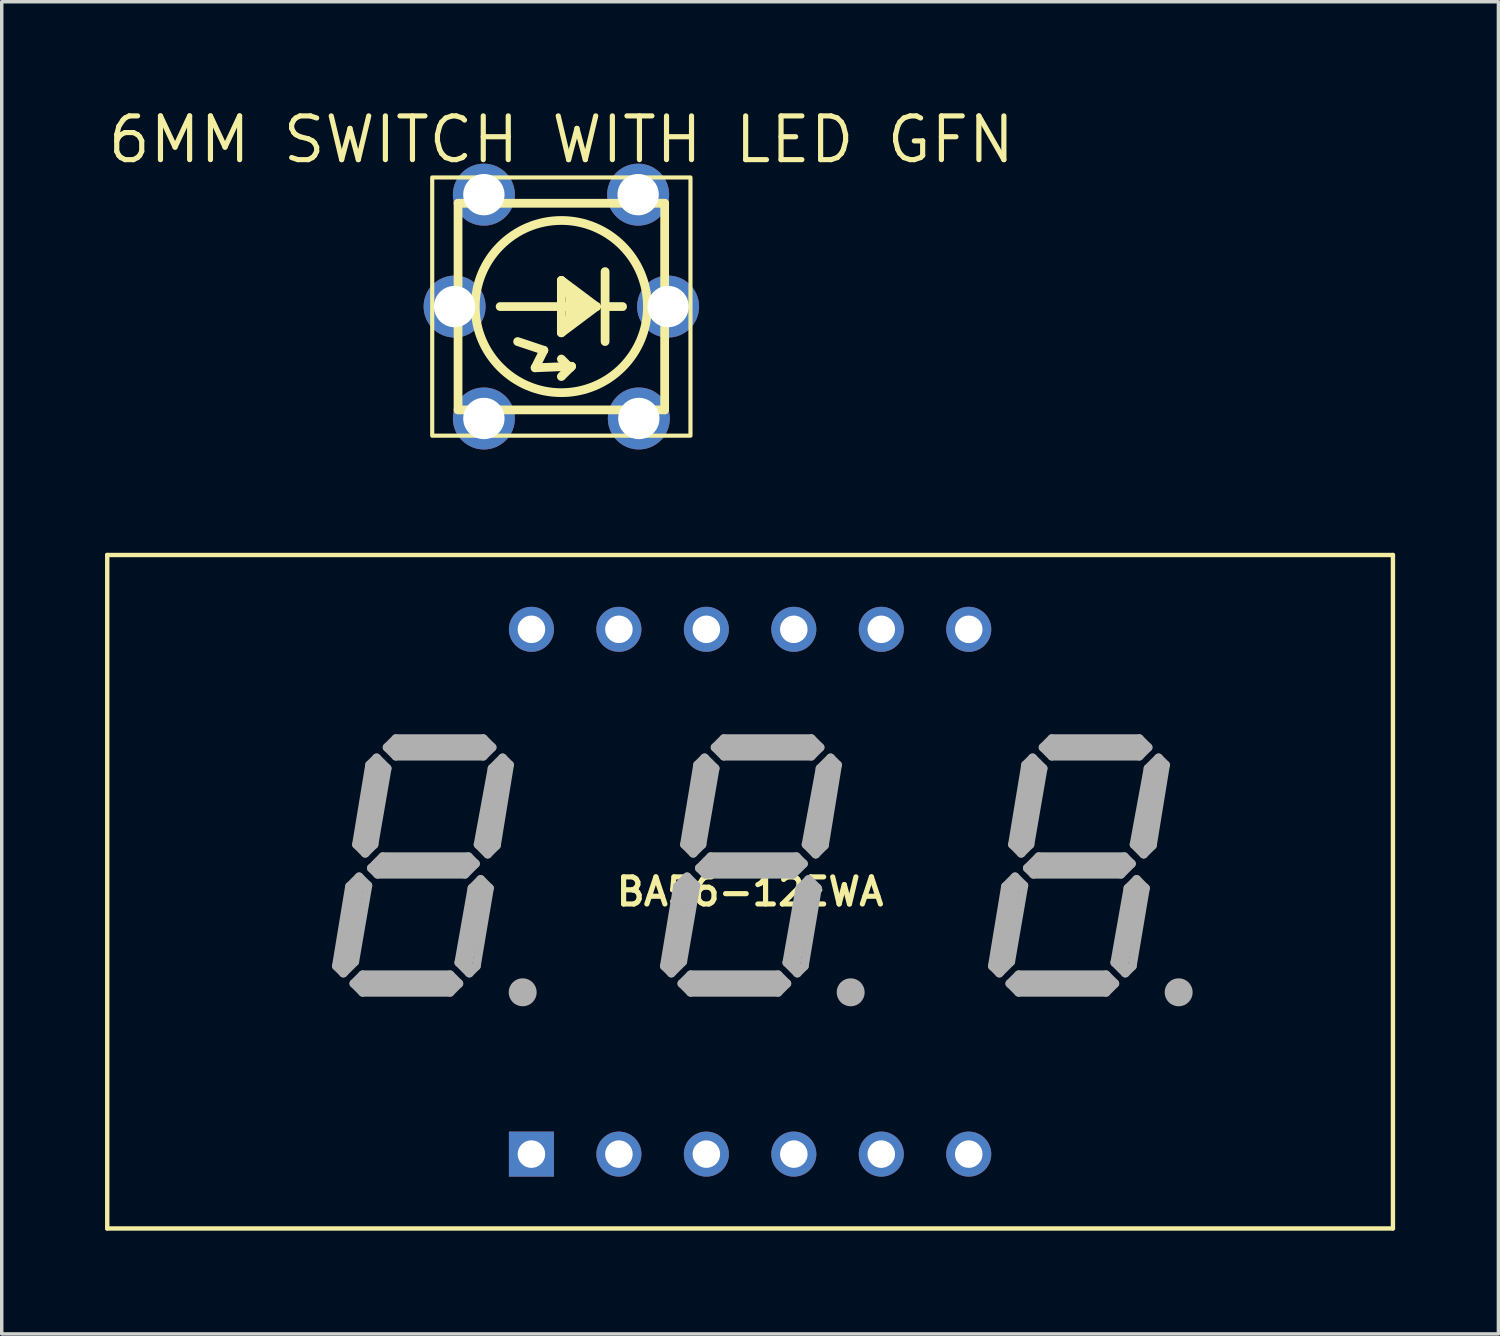
<source format=kicad_pcb>
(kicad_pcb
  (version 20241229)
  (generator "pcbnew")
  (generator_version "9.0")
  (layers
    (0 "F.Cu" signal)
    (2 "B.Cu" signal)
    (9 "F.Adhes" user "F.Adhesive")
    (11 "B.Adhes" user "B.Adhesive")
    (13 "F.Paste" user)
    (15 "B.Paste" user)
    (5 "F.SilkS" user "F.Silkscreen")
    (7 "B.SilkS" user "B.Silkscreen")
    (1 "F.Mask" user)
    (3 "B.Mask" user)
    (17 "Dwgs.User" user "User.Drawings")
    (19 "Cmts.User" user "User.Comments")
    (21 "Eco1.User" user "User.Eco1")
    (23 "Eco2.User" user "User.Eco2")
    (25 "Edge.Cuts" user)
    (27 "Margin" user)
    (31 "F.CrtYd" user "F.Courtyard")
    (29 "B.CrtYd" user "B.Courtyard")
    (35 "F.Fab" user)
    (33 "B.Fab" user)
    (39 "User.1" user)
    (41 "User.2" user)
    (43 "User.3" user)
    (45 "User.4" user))
  (footprint "BA56-12EWA"
    (layer "F.Cu")
    (at 18.733 22.846)
    (property "Reference" "BA56-12EWA" (at 0 0 0) (layer "F.SilkS") (effects (font (size 0.787 0.787) (thickness 0.15))))
    (attr through_hole)
    (fp_line (start -18.669 -9.779) (end 18.669 -9.779) (stroke (width 0.127) (type solid)) (layer "F.SilkS"))
    (fp_line (start -18.669 9.779) (end -18.669 -9.779) (stroke (width 0.127) (type solid)) (layer "F.SilkS"))
    (fp_line (start 18.669 -9.779) (end 18.669 9.779) (stroke (width 0.127) (type solid)) (layer "F.SilkS"))
    (fp_line (start 18.669 9.779) (end -18.669 9.779) (stroke (width 0.127) (type solid)) (layer "F.SilkS"))
    (fp_line (start -12.014 2.159) (end -11.811 2.362) (stroke (width 0.254) (type solid)) (layer "F.Fab"))
    (fp_line (start -11.811 2.159) (end -11.43 -0.127) (stroke (width 0.406) (type solid)) (layer "F.Fab"))
    (fp_line (start -11.811 2.362) (end -11.481 2.032) (stroke (width 0.254) (type solid)) (layer "F.Fab"))
    (fp_line (start -11.633 -0.152) (end -12.014 2.159) (stroke (width 0.254) (type solid)) (layer "F.Fab"))
    (fp_line (start -11.506 2.667) (end -11.252 2.413) (stroke (width 0.254) (type solid)) (layer "F.Fab"))
    (fp_line (start -11.481 2.032) (end -11.1 -0.178) (stroke (width 0.254) (type solid)) (layer "F.Fab"))
    (fp_line (start -11.43 -1.372) (end -11.049 -3.683) (stroke (width 0.254) (type solid)) (layer "F.Fab"))
    (fp_line (start -11.354 -0.432) (end -11.633 -0.152) (stroke (width 0.254) (type solid)) (layer "F.Fab"))
    (fp_line (start -11.354 -0.432) (end -11.1 -0.178) (stroke (width 0.254) (type solid)) (layer "F.Fab"))
    (fp_line (start -11.252 2.413) (end -8.712 2.413) (stroke (width 0.254) (type solid)) (layer "F.Fab"))
    (fp_line (start -11.252 2.921) (end -11.506 2.667) (stroke (width 0.254) (type solid)) (layer "F.Fab"))
    (fp_line (start -11.176 -1.118) (end -11.43 -1.372) (stroke (width 0.254) (type solid)) (layer "F.Fab"))
    (fp_line (start -11.049 -3.683) (end -10.846 -3.886) (stroke (width 0.254) (type solid)) (layer "F.Fab"))
    (fp_line (start -10.998 -0.686) (end -10.668 -1.016) (stroke (width 0.254) (type solid)) (layer "F.Fab"))
    (fp_line (start -10.922 -1.372) (end -11.176 -1.118) (stroke (width 0.254) (type solid)) (layer "F.Fab"))
    (fp_line (start -10.846 -3.886) (end -10.541 -3.581) (stroke (width 0.254) (type solid)) (layer "F.Fab"))
    (fp_line (start -10.82 -0.508) (end -10.998 -0.686) (stroke (width 0.254) (type solid)) (layer "F.Fab"))
    (fp_line (start -10.795 -3.556) (end -11.176 -1.397) (stroke (width 0.406) (type solid)) (layer "F.Fab"))
    (fp_line (start -10.795 -0.762) (end -8.255 -0.762) (stroke (width 0.406) (type solid)) (layer "F.Fab"))
    (fp_line (start -10.668 -1.016) (end -8.179 -1.016) (stroke (width 0.254) (type solid)) (layer "F.Fab"))
    (fp_line (start -10.541 -4.191) (end -10.287 -4.445) (stroke (width 0.254) (type solid)) (layer "F.Fab"))
    (fp_line (start -10.541 -3.581) (end -10.922 -1.372) (stroke (width 0.254) (type solid)) (layer "F.Fab"))
    (fp_line (start -10.287 -4.445) (end -7.747 -4.445) (stroke (width 0.254) (type solid)) (layer "F.Fab"))
    (fp_line (start -10.287 -3.937) (end -10.541 -4.191) (stroke (width 0.254) (type solid)) (layer "F.Fab"))
    (fp_line (start -8.763 2.667) (end -11.176 2.667) (stroke (width 0.406) (type solid)) (layer "F.Fab"))
    (fp_line (start -8.712 2.413) (end -8.458 2.667) (stroke (width 0.254) (type solid)) (layer "F.Fab"))
    (fp_line (start -8.712 2.921) (end -11.252 2.921) (stroke (width 0.254) (type solid)) (layer "F.Fab"))
    (fp_line (start -8.458 2.057) (end -8.153 2.362) (stroke (width 0.254) (type solid)) (layer "F.Fab"))
    (fp_line (start -8.458 2.667) (end -8.712 2.921) (stroke (width 0.254) (type solid)) (layer "F.Fab"))
    (fp_line (start -8.28 -0.508) (end -10.82 -0.508) (stroke (width 0.254) (type solid)) (layer "F.Fab"))
    (fp_line (start -8.179 -1.016) (end -7.976 -0.813) (stroke (width 0.254) (type solid)) (layer "F.Fab"))
    (fp_line (start -8.153 2.362) (end -7.95 2.159) (stroke (width 0.254) (type solid)) (layer "F.Fab"))
    (fp_line (start -8.077 -0.102) (end -8.458 2.057) (stroke (width 0.254) (type solid)) (layer "F.Fab"))
    (fp_line (start -7.976 -0.813) (end -8.28 -0.508) (stroke (width 0.254) (type solid)) (layer "F.Fab"))
    (fp_line (start -7.95 2.159) (end -7.569 -0.102) (stroke (width 0.254) (type solid)) (layer "F.Fab"))
    (fp_line (start -7.899 -1.372) (end -7.62 -1.092) (stroke (width 0.254) (type solid)) (layer "F.Fab"))
    (fp_line (start -7.874 0) (end -8.255 2.032) (stroke (width 0.406) (type solid)) (layer "F.Fab"))
    (fp_line (start -7.823 -0.356) (end -8.077 -0.102) (stroke (width 0.254) (type solid)) (layer "F.Fab"))
    (fp_line (start -7.747 -4.445) (end -7.493 -4.191) (stroke (width 0.254) (type solid)) (layer "F.Fab"))
    (fp_line (start -7.747 -4.191) (end -10.287 -4.191) (stroke (width 0.406) (type solid)) (layer "F.Fab"))
    (fp_line (start -7.747 -3.937) (end -10.287 -3.937) (stroke (width 0.254) (type solid)) (layer "F.Fab"))
    (fp_line (start -7.62 -1.092) (end -7.366 -1.346) (stroke (width 0.254) (type solid)) (layer "F.Fab"))
    (fp_line (start -7.569 -0.102) (end -7.823 -0.356) (stroke (width 0.254) (type solid)) (layer "F.Fab"))
    (fp_line (start -7.493 -4.191) (end -7.747 -3.937) (stroke (width 0.254) (type solid)) (layer "F.Fab"))
    (fp_line (start -7.493 -3.581) (end -7.899 -1.372) (stroke (width 0.254) (type solid)) (layer "F.Fab"))
    (fp_line (start -7.366 -1.346) (end -6.985 -3.683) (stroke (width 0.254) (type solid)) (layer "F.Fab"))
    (fp_line (start -7.239 -3.556) (end -7.62 -1.397) (stroke (width 0.406) (type solid)) (layer "F.Fab"))
    (fp_line (start -7.188 -3.886) (end -7.493 -3.581) (stroke (width 0.254) (type solid)) (layer "F.Fab"))
    (fp_line (start -6.985 -3.683) (end -7.188 -3.886) (stroke (width 0.254) (type solid)) (layer "F.Fab"))
    (fp_line (start -6.731 2.921) (end -6.477 2.921) (stroke (width 0.305) (type solid)) (layer "F.Fab"))
    (fp_line (start -2.489 2.159) (end -2.286 2.362) (stroke (width 0.254) (type solid)) (layer "F.Fab"))
    (fp_line (start -2.286 2.159) (end -1.905 -0.127) (stroke (width 0.406) (type solid)) (layer "F.Fab"))
    (fp_line (start -2.286 2.362) (end -1.956 2.032) (stroke (width 0.254) (type solid)) (layer "F.Fab"))
    (fp_line (start -2.108 -0.152) (end -2.489 2.159) (stroke (width 0.254) (type solid)) (layer "F.Fab"))
    (fp_line (start -1.981 2.667) (end -1.727 2.413) (stroke (width 0.254) (type solid)) (layer "F.Fab"))
    (fp_line (start -1.956 2.032) (end -1.575 -0.178) (stroke (width 0.254) (type solid)) (layer "F.Fab"))
    (fp_line (start -1.905 -1.372) (end -1.524 -3.683) (stroke (width 0.254) (type solid)) (layer "F.Fab"))
    (fp_line (start -1.829 -0.432) (end -2.108 -0.152) (stroke (width 0.254) (type solid)) (layer "F.Fab"))
    (fp_line (start -1.829 -0.432) (end -1.575 -0.178) (stroke (width 0.254) (type solid)) (layer "F.Fab"))
    (fp_line (start -1.727 2.413) (end 0.813 2.413) (stroke (width 0.254) (type solid)) (layer "F.Fab"))
    (fp_line (start -1.727 2.921) (end -1.981 2.667) (stroke (width 0.254) (type solid)) (layer "F.Fab"))
    (fp_line (start -1.651 -1.118) (end -1.905 -1.372) (stroke (width 0.254) (type solid)) (layer "F.Fab"))
    (fp_line (start -1.524 -3.683) (end -1.321 -3.886) (stroke (width 0.254) (type solid)) (layer "F.Fab"))
    (fp_line (start -1.473 -0.686) (end -1.143 -1.016) (stroke (width 0.254) (type solid)) (layer "F.Fab"))
    (fp_line (start -1.397 -1.372) (end -1.651 -1.118) (stroke (width 0.254) (type solid)) (layer "F.Fab"))
    (fp_line (start -1.321 -3.886) (end -1.016 -3.581) (stroke (width 0.254) (type solid)) (layer "F.Fab"))
    (fp_line (start -1.295 -0.508) (end -1.473 -0.686) (stroke (width 0.254) (type solid)) (layer "F.Fab"))
    (fp_line (start -1.27 -3.556) (end -1.651 -1.397) (stroke (width 0.406) (type solid)) (layer "F.Fab"))
    (fp_line (start -1.27 -0.762) (end 1.27 -0.762) (stroke (width 0.406) (type solid)) (layer "F.Fab"))
    (fp_line (start -1.143 -1.016) (end 1.346 -1.016) (stroke (width 0.254) (type solid)) (layer "F.Fab"))
    (fp_line (start -1.016 -4.191) (end -0.762 -4.445) (stroke (width 0.254) (type solid)) (layer "F.Fab"))
    (fp_line (start -1.016 -3.581) (end -1.397 -1.372) (stroke (width 0.254) (type solid)) (layer "F.Fab"))
    (fp_line (start -0.762 -4.445) (end 1.778 -4.445) (stroke (width 0.254) (type solid)) (layer "F.Fab"))
    (fp_line (start -0.762 -3.937) (end -1.016 -4.191) (stroke (width 0.254) (type solid)) (layer "F.Fab"))
    (fp_line (start 0.762 2.667) (end -1.651 2.667) (stroke (width 0.406) (type solid)) (layer "F.Fab"))
    (fp_line (start 0.813 2.413) (end 1.067 2.667) (stroke (width 0.254) (type solid)) (layer "F.Fab"))
    (fp_line (start 0.813 2.921) (end -1.727 2.921) (stroke (width 0.254) (type solid)) (layer "F.Fab"))
    (fp_line (start 1.067 2.057) (end 1.372 2.362) (stroke (width 0.254) (type solid)) (layer "F.Fab"))
    (fp_line (start 1.067 2.667) (end 0.813 2.921) (stroke (width 0.254) (type solid)) (layer "F.Fab"))
    (fp_line (start 1.245 -0.508) (end -1.295 -0.508) (stroke (width 0.254) (type solid)) (layer "F.Fab"))
    (fp_line (start 1.346 -1.016) (end 1.549 -0.813) (stroke (width 0.254) (type solid)) (layer "F.Fab"))
    (fp_line (start 1.372 2.362) (end 1.575 2.159) (stroke (width 0.254) (type solid)) (layer "F.Fab"))
    (fp_line (start 1.448 -0.102) (end 1.067 2.057) (stroke (width 0.254) (type solid)) (layer "F.Fab"))
    (fp_line (start 1.549 -0.813) (end 1.245 -0.508) (stroke (width 0.254) (type solid)) (layer "F.Fab"))
    (fp_line (start 1.575 2.159) (end 1.956 -0.102) (stroke (width 0.254) (type solid)) (layer "F.Fab"))
    (fp_line (start 1.626 -1.372) (end 1.905 -1.092) (stroke (width 0.254) (type solid)) (layer "F.Fab"))
    (fp_line (start 1.651 0) (end 1.27 2.032) (stroke (width 0.406) (type solid)) (layer "F.Fab"))
    (fp_line (start 1.702 -0.356) (end 1.448 -0.102) (stroke (width 0.254) (type solid)) (layer "F.Fab"))
    (fp_line (start 1.778 -4.445) (end 2.032 -4.191) (stroke (width 0.254) (type solid)) (layer "F.Fab"))
    (fp_line (start 1.778 -4.191) (end -0.762 -4.191) (stroke (width 0.406) (type solid)) (layer "F.Fab"))
    (fp_line (start 1.778 -3.937) (end -0.762 -3.937) (stroke (width 0.254) (type solid)) (layer "F.Fab"))
    (fp_line (start 1.905 -1.092) (end 2.159 -1.346) (stroke (width 0.254) (type solid)) (layer "F.Fab"))
    (fp_line (start 1.956 -0.102) (end 1.702 -0.356) (stroke (width 0.254) (type solid)) (layer "F.Fab"))
    (fp_line (start 2.032 -4.191) (end 1.778 -3.937) (stroke (width 0.254) (type solid)) (layer "F.Fab"))
    (fp_line (start 2.032 -3.581) (end 1.626 -1.372) (stroke (width 0.254) (type solid)) (layer "F.Fab"))
    (fp_line (start 2.159 -1.346) (end 2.54 -3.683) (stroke (width 0.254) (type solid)) (layer "F.Fab"))
    (fp_line (start 2.286 -3.556) (end 1.905 -1.397) (stroke (width 0.406) (type solid)) (layer "F.Fab"))
    (fp_line (start 2.337 -3.886) (end 2.032 -3.581) (stroke (width 0.254) (type solid)) (layer "F.Fab"))
    (fp_line (start 2.54 -3.683) (end 2.337 -3.886) (stroke (width 0.254) (type solid)) (layer "F.Fab"))
    (fp_line (start 2.794 2.921) (end 3.048 2.921) (stroke (width 0.305) (type solid)) (layer "F.Fab"))
    (fp_line (start 7.036 2.159) (end 7.239 2.362) (stroke (width 0.254) (type solid)) (layer "F.Fab"))
    (fp_line (start 7.239 2.159) (end 7.62 -0.127) (stroke (width 0.406) (type solid)) (layer "F.Fab"))
    (fp_line (start 7.239 2.362) (end 7.569 2.032) (stroke (width 0.254) (type solid)) (layer "F.Fab"))
    (fp_line (start 7.417 -0.152) (end 7.036 2.159) (stroke (width 0.254) (type solid)) (layer "F.Fab"))
    (fp_line (start 7.544 2.667) (end 7.798 2.413) (stroke (width 0.254) (type solid)) (layer "F.Fab"))
    (fp_line (start 7.569 2.032) (end 7.95 -0.178) (stroke (width 0.254) (type solid)) (layer "F.Fab"))
    (fp_line (start 7.62 -1.372) (end 8.001 -3.683) (stroke (width 0.254) (type solid)) (layer "F.Fab"))
    (fp_line (start 7.696 -0.432) (end 7.417 -0.152) (stroke (width 0.254) (type solid)) (layer "F.Fab"))
    (fp_line (start 7.696 -0.432) (end 7.95 -0.178) (stroke (width 0.254) (type solid)) (layer "F.Fab"))
    (fp_line (start 7.798 2.413) (end 10.338 2.413) (stroke (width 0.254) (type solid)) (layer "F.Fab"))
    (fp_line (start 7.798 2.921) (end 7.544 2.667) (stroke (width 0.254) (type solid)) (layer "F.Fab"))
    (fp_line (start 7.874 -1.118) (end 7.62 -1.372) (stroke (width 0.254) (type solid)) (layer "F.Fab"))
    (fp_line (start 8.001 -3.683) (end 8.204 -3.886) (stroke (width 0.254) (type solid)) (layer "F.Fab"))
    (fp_line (start 8.052 -0.686) (end 8.382 -1.016) (stroke (width 0.254) (type solid)) (layer "F.Fab"))
    (fp_line (start 8.128 -1.372) (end 7.874 -1.118) (stroke (width 0.254) (type solid)) (layer "F.Fab"))
    (fp_line (start 8.204 -3.886) (end 8.509 -3.581) (stroke (width 0.254) (type solid)) (layer "F.Fab"))
    (fp_line (start 8.23 -0.508) (end 8.052 -0.686) (stroke (width 0.254) (type solid)) (layer "F.Fab"))
    (fp_line (start 8.255 -3.556) (end 7.874 -1.397) (stroke (width 0.406) (type solid)) (layer "F.Fab"))
    (fp_line (start 8.255 -0.762) (end 10.795 -0.762) (stroke (width 0.406) (type solid)) (layer "F.Fab"))
    (fp_line (start 8.382 -1.016) (end 10.871 -1.016) (stroke (width 0.254) (type solid)) (layer "F.Fab"))
    (fp_line (start 8.509 -4.191) (end 8.763 -4.445) (stroke (width 0.254) (type solid)) (layer "F.Fab"))
    (fp_line (start 8.509 -3.581) (end 8.128 -1.372) (stroke (width 0.254) (type solid)) (layer "F.Fab"))
    (fp_line (start 8.763 -4.445) (end 11.303 -4.445) (stroke (width 0.254) (type solid)) (layer "F.Fab"))
    (fp_line (start 8.763 -3.937) (end 8.509 -4.191) (stroke (width 0.254) (type solid)) (layer "F.Fab"))
    (fp_line (start 10.287 2.667) (end 7.874 2.667) (stroke (width 0.406) (type solid)) (layer "F.Fab"))
    (fp_line (start 10.338 2.413) (end 10.592 2.667) (stroke (width 0.254) (type solid)) (layer "F.Fab"))
    (fp_line (start 10.338 2.921) (end 7.798 2.921) (stroke (width 0.254) (type solid)) (layer "F.Fab"))
    (fp_line (start 10.592 2.057) (end 10.897 2.362) (stroke (width 0.254) (type solid)) (layer "F.Fab"))
    (fp_line (start 10.592 2.667) (end 10.338 2.921) (stroke (width 0.254) (type solid)) (layer "F.Fab"))
    (fp_line (start 10.77 -0.508) (end 8.23 -0.508) (stroke (width 0.254) (type solid)) (layer "F.Fab"))
    (fp_line (start 10.871 -1.016) (end 11.074 -0.813) (stroke (width 0.254) (type solid)) (layer "F.Fab"))
    (fp_line (start 10.897 2.362) (end 11.1 2.159) (stroke (width 0.254) (type solid)) (layer "F.Fab"))
    (fp_line (start 10.973 -0.102) (end 10.592 2.057) (stroke (width 0.254) (type solid)) (layer "F.Fab"))
    (fp_line (start 11.074 -0.813) (end 10.77 -0.508) (stroke (width 0.254) (type solid)) (layer "F.Fab"))
    (fp_line (start 11.1 2.159) (end 11.481 -0.102) (stroke (width 0.254) (type solid)) (layer "F.Fab"))
    (fp_line (start 11.151 -1.372) (end 11.43 -1.092) (stroke (width 0.254) (type solid)) (layer "F.Fab"))
    (fp_line (start 11.176 0) (end 10.795 2.032) (stroke (width 0.406) (type solid)) (layer "F.Fab"))
    (fp_line (start 11.227 -0.356) (end 10.973 -0.102) (stroke (width 0.254) (type solid)) (layer "F.Fab"))
    (fp_line (start 11.303 -4.445) (end 11.557 -4.191) (stroke (width 0.254) (type solid)) (layer "F.Fab"))
    (fp_line (start 11.303 -4.191) (end 8.763 -4.191) (stroke (width 0.406) (type solid)) (layer "F.Fab"))
    (fp_line (start 11.303 -3.937) (end 8.763 -3.937) (stroke (width 0.254) (type solid)) (layer "F.Fab"))
    (fp_line (start 11.43 -1.092) (end 11.684 -1.346) (stroke (width 0.254) (type solid)) (layer "F.Fab"))
    (fp_line (start 11.481 -0.102) (end 11.227 -0.356) (stroke (width 0.254) (type solid)) (layer "F.Fab"))
    (fp_line (start 11.557 -4.191) (end 11.303 -3.937) (stroke (width 0.254) (type solid)) (layer "F.Fab"))
    (fp_line (start 11.557 -3.581) (end 11.151 -1.372) (stroke (width 0.254) (type solid)) (layer "F.Fab"))
    (fp_line (start 11.684 -1.346) (end 12.065 -3.683) (stroke (width 0.254) (type solid)) (layer "F.Fab"))
    (fp_line (start 11.811 -3.556) (end 11.43 -1.397) (stroke (width 0.406) (type solid)) (layer "F.Fab"))
    (fp_line (start 11.862 -3.886) (end 11.557 -3.581) (stroke (width 0.254) (type solid)) (layer "F.Fab"))
    (fp_line (start 12.065 -3.683) (end 11.862 -3.886) (stroke (width 0.254) (type solid)) (layer "F.Fab"))
    (fp_line (start 12.319 2.921) (end 12.573 2.921) (stroke (width 0.305) (type solid)) (layer "F.Fab"))
    (fp_circle (center -6.604 2.921) (end -6.35 2.921) (stroke (width 0.305) (type solid)) (fill no) (layer "F.Fab"))
    (fp_circle (center 2.921 2.921) (end 3.175 2.921) (stroke (width 0.305) (type solid)) (fill no) (layer "F.Fab"))
    (fp_circle (center 12.446 2.921) (end 12.7 2.921) (stroke (width 0.305) (type solid)) (fill no) (layer "F.Fab"))
    (pad "P$1" thru_hole rect (at -6.35 7.62) (size 1.308 1.308) (drill 0.8) (layers "*.Cu" "*.Mask"))
    (pad "P$2" thru_hole circle (at -3.81 7.62) (size 1.308 1.308) (drill 0.8) (layers "*.Cu" "*.Mask"))
    (pad "P$3" thru_hole circle (at -1.27 7.62) (size 1.308 1.308) (drill 0.8) (layers "*.Cu" "*.Mask"))
    (pad "P$4" thru_hole circle (at 1.27 7.62) (size 1.308 1.308) (drill 0.8) (layers "*.Cu" "*.Mask"))
    (pad "P$5" thru_hole circle (at 3.81 7.62) (size 1.308 1.308) (drill 0.8) (layers "*.Cu" "*.Mask"))
    (pad "P$6" thru_hole circle (at 6.35 7.62) (size 1.308 1.308) (drill 0.8) (layers "*.Cu" "*.Mask"))
    (pad "P$7" thru_hole circle (at 6.35 -7.62) (size 1.308 1.308) (drill 0.8) (layers "*.Cu" "*.Mask"))
    (pad "P$8" thru_hole circle (at 3.81 -7.62) (size 1.308 1.308) (drill 0.8) (layers "*.Cu" "*.Mask"))
    (pad "P$9" thru_hole circle (at 1.27 -7.62) (size 1.308 1.308) (drill 0.8) (layers "*.Cu" "*.Mask"))
    (pad "P$10" thru_hole circle (at -1.27 -7.62) (size 1.308 1.308) (drill 0.8) (layers "*.Cu" "*.Mask"))
    (pad "P$11" thru_hole circle (at -3.81 -7.62) (size 1.308 1.308) (drill 0.8) (layers "*.Cu" "*.Mask"))
    (pad "P$12" thru_hole circle (at -6.35 -7.62) (size 1.308 1.308) (drill 0.8) (layers "*.Cu" "*.Mask")))
  (footprint "6MM SWITCH WITH LED GFN"
    (layer "F.Cu")
    (at 13.252 5.853)
    (property "Reference" "6MM SWITCH WITH LED GFN" (at 0 -4.847 0) (layer "F.SilkS") (effects (font (size 1.27 1.27) (thickness 0.15))))
    (fp_line (start -3 -3) (end -3 3) (stroke (width 0.254) (type default)) (layer "F.SilkS"))
    (fp_line (start -3 -3) (end 3 -3) (stroke (width 0.254) (type default)) (layer "F.SilkS"))
    (fp_line (start -3 3) (end 3 3) (stroke (width 0.254) (type default)) (layer "F.SilkS"))
    (fp_line (start -1.778 0) (end 1.016 0) (stroke (width 0.254) (type default)) (layer "F.SilkS"))
    (fp_line (start -1.27 1.016) (end -0.508 1.27) (stroke (width 0.254) (type default)) (layer "F.SilkS"))
    (fp_line (start -0.762 1.778) (end 0.297 1.735) (stroke (width 0.254) (type default)) (layer "F.SilkS"))
    (fp_line (start -0.508 1.27) (end -0.762 1.778) (stroke (width 0.254) (type default)) (layer "F.SilkS"))
    (fp_line (start 0 -0.762) (end 0 0.762) (stroke (width 0.254) (type default)) (layer "F.SilkS"))
    (fp_line (start 0 0.508) (end 0.218 0.363) (stroke (width 0.254) (type default)) (layer "F.SilkS"))
    (fp_line (start 0 0.762) (end 1.016 0) (stroke (width 0.254) (type default)) (layer "F.SilkS"))
    (fp_line (start 0.218 0.363) (end 0.254 0.508) (stroke (width 0.254) (type default)) (layer "F.SilkS"))
    (fp_line (start 0.254 0.508) (end 0.254 -0.254) (stroke (width 0.254) (type default)) (layer "F.SilkS"))
    (fp_line (start 0.254 1.778) (end 0 1.524) (stroke (width 0.254) (type default)) (layer "F.SilkS"))
    (fp_line (start 0.297 1.735) (end 0 2.032) (stroke (width 0.254) (type default)) (layer "F.SilkS"))
    (fp_line (start 0.762 0) (end 0 -0.508) (stroke (width 0.254) (type default)) (layer "F.SilkS"))
    (fp_line (start 0.762 0) (end 0.254 0.254) (stroke (width 0.254) (type default)) (layer "F.SilkS"))
    (fp_line (start 1.016 0) (end 0 -0.762) (stroke (width 0.254) (type default)) (layer "F.SilkS"))
    (fp_line (start 1.27 0) (end 1.778 0) (stroke (width 0.254) (type default)) (layer "F.SilkS"))
    (fp_line (start 1.27 1.016) (end 1.27 -1.016) (stroke (width 0.254) (type default)) (layer "F.SilkS"))
    (fp_line (start 3 -3) (end 3 3) (stroke (width 0.254) (type default)) (layer "F.SilkS"))
    (fp_rect (start -3.75 -3.75) (end 3.75 3.75) (stroke (width 0.12) (type default)) (fill no) (layer "F.SilkS"))
    (fp_circle (center 0 0) (end 2.5 0) (stroke (width 0.254) (type default)) (fill no) (layer "F.SilkS"))
    (pad "1" thru_hole oval (at -2.25 -3.25) (size 1.8 1.8) (drill 1.2) (layers "*.Cu" "*.Mask"))
    (pad "2" thru_hole oval (at -2.25 3.25) (size 1.8 1.8) (drill 1.2) (layers "*.Cu" "*.Mask"))
    (pad "3" thru_hole oval (at 2.25 3.25) (size 1.8 1.8) (drill 1.2) (layers "*.Cu" "*.Mask"))
    (pad "4" thru_hole oval (at 2.23 -3.25) (size 1.8 1.8) (drill 1.2) (layers "*.Cu" "*.Mask"))
    (pad "5" thru_hole oval (at -3.1 0) (size 1.8 1.8) (drill 1.2) (layers "*.Cu" "*.Mask"))
    (pad "6" thru_hole oval (at 3.1 0) (size 1.8 1.8) (drill 1.2) (layers "*.Cu" "*.Mask")))
  (gr_rect
    (start -3 -3)
    (end 40.465 35.688)
    (stroke (width 0.1) (type default))
    (fill no)
    (layer "Edge.Cuts")))
</source>
